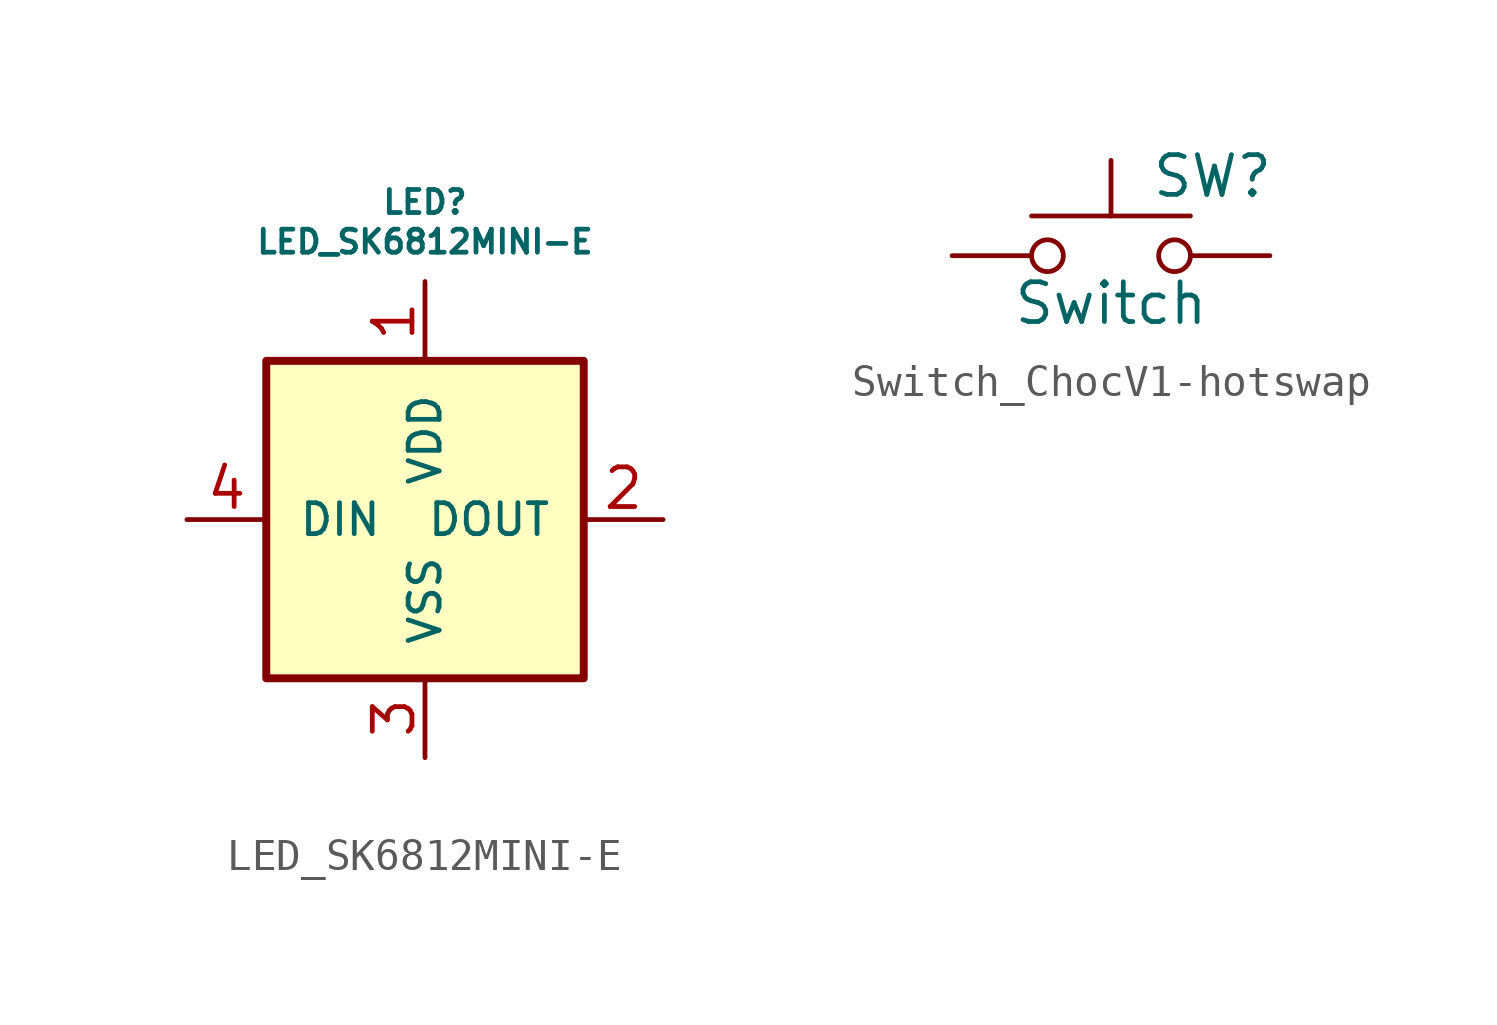
<source format=kicad_sym>
(kicad_symbol_lib
  (version 20231120)
  (generator "kicad_symbol_editor")
  (generator_version "8.0")
  (symbol "LED_SK6812MINI-E"
    (pin_names
      (offset 1.016))
    (property "Reference" "LED"
      (at 0 10.16 0)
      (effects (font (size 0.737 0.737))))
    (property "Value" "LED_SK6812MINI-E"
      (at 0 8.89 0)
      (effects (font (size 0.737 0.737))))
    (symbol "LED_SK6812MINI-E_0_1"
      (rectangle (start -5.08 5.08) (end 5.08 -5.08) (stroke (width 0.254) (type default)) (fill (type background))))
    (symbol "LED_SK6812MINI-E_1_1"
      (pin power_in line (at 0 7.62 270) (length 2.54) (name "VDD" (effects (font (size 0.991 0.991)))) (number "1" (effects (font (size 1.27 1.27)))))
      (pin output line (at 7.62 0 180) (length 2.54) (name "DOUT" (effects (font (size 0.991 0.991)))) (number "2" (effects (font (size 1.27 1.27)))))
      (pin power_in line (at 0 -7.62 90) (length 2.54) (name "VSS" (effects (font (size 0.991 0.991)))) (number "3" (effects (font (size 1.27 1.27)))))
      (pin input line (at -7.62 0 0) (length 2.54) (name "DIN" (effects (font (size 0.991 0.991)))) (number "4" (effects (font (size 1.27 1.27)))))))
  (symbol "Switch_ChocV1-hotswap"
    (pin_numbers hide)
    (pin_names
      (offset 1.016) hide)
    (property "Reference" "SW"
      (at 1.27 2.54 0)
      (effects (font (size 1.27 1.27)) (justify left)))
    (property "Value" "Switch"
      (at 0 -1.524 0)
      (effects (font (size 1.27 1.27))))
    (symbol "Switch_ChocV1-hotswap_0_1"
      (circle (center -2.032 0) (radius 0.508) (stroke (width 0) (type default)) (fill (type none)))
      (polyline (pts (xy 0 1.27) (xy 0 3.048)) (stroke (width 0) (type default)) (fill (type none)))
      (polyline (pts (xy 2.54 1.27) (xy -2.54 1.27)) (stroke (width 0) (type default)) (fill (type none)))
      (circle (center 2.032 0) (radius 0.508) (stroke (width 0) (type default)) (fill (type none)))
      (pin passive line (at -5.08 0 0) (length 2.54) (name "1" (effects (font (size 1.27 1.27)))) (number "1" (effects (font (size 1.27 1.27)))))
      (pin passive line (at 5.08 0 180) (length 2.54) (name "2" (effects (font (size 1.27 1.27)))) (number "2" (effects (font (size 1.27 1.27))))))))
</source>
